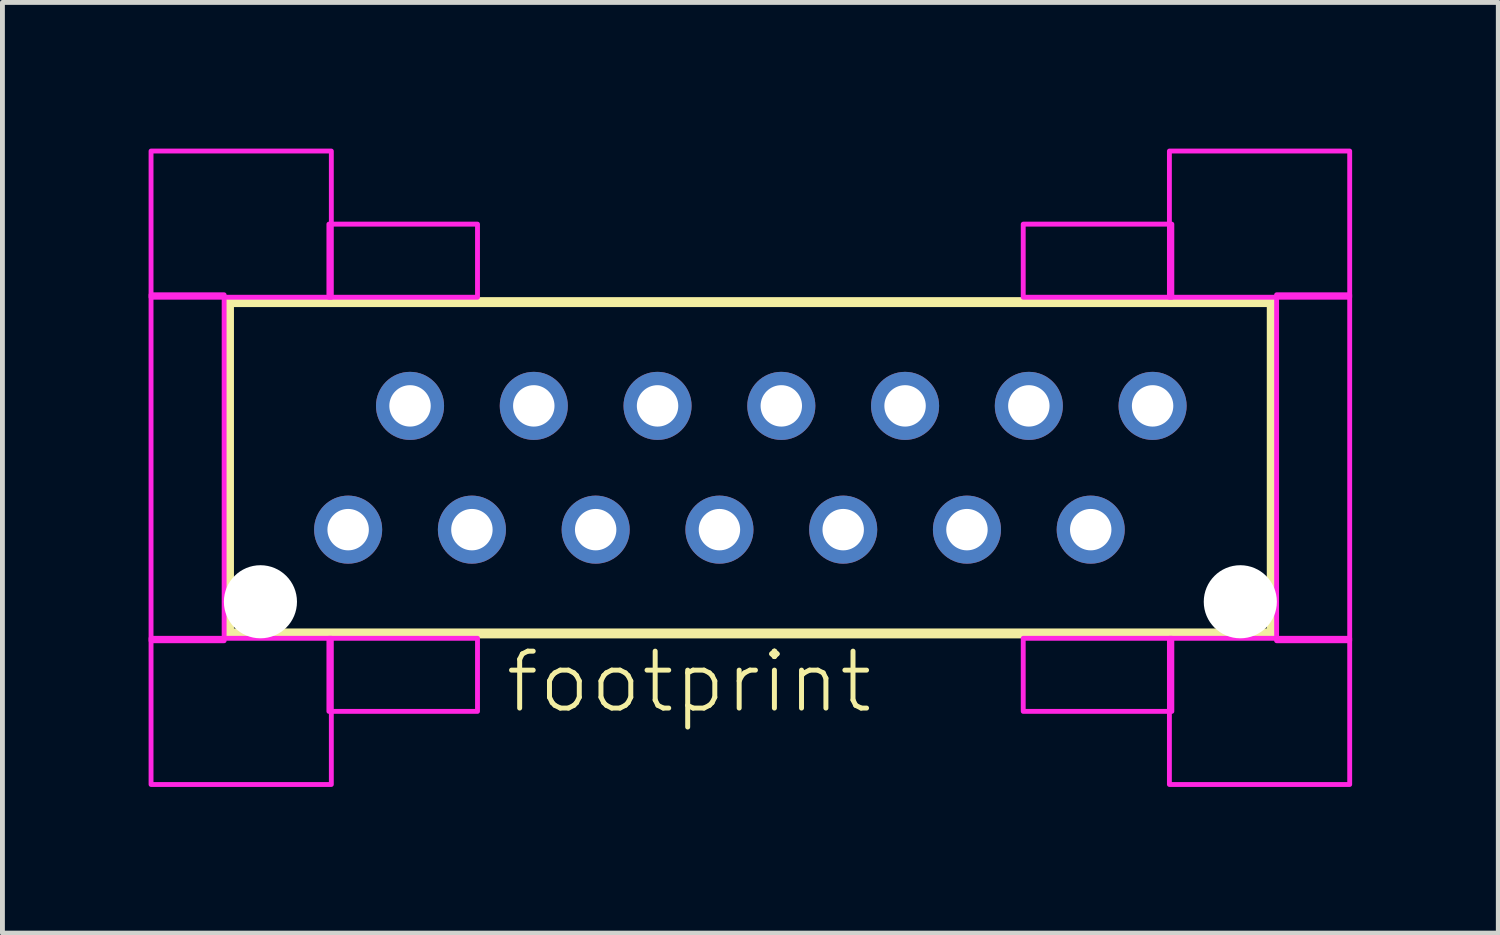
<source format=kicad_pcb>
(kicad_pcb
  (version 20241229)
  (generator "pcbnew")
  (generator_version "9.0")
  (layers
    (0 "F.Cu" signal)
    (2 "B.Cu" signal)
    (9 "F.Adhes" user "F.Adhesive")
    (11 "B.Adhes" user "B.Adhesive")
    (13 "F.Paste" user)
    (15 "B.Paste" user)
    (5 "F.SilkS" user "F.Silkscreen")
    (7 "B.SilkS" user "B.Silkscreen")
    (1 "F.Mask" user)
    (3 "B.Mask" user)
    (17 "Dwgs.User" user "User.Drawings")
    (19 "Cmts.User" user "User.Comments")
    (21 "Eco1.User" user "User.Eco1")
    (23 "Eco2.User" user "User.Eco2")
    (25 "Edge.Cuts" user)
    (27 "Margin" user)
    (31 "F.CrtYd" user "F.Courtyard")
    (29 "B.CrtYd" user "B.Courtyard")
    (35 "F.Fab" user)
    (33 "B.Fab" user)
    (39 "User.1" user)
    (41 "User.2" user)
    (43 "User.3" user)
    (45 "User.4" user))
  (footprint "footprint"
    (layer "F.Cu")
    (at 12.35 6.55)
    (property "Reference" "footprint" (at -5.08 5.08 0) (layer "F.SilkS") (effects (font (size 1.168 1.168) (thickness 0.102)) (justify left bottom)))
    (fp_line (start -10.7 -3.4) (end 10.7 -3.4) (stroke (width 0.203) (type solid)) (layer "F.SilkS"))
    (fp_line (start -10.7 3.4) (end -10.7 -3.4) (stroke (width 0.203) (type solid)) (layer "F.SilkS"))
    (fp_line (start 10.7 -3.4) (end 10.7 3.4) (stroke (width 0.203) (type solid)) (layer "F.SilkS"))
    (fp_line (start 10.7 3.4) (end -10.7 3.4) (stroke (width 0.203) (type solid)) (layer "F.SilkS"))
    (fp_poly (pts (xy -12.3 -3.5) (xy -8.6 -3.5) (xy -8.6 -6.5) (xy -12.3 -6.5)) (stroke (width 0.1) (type solid)) (fill no) (layer "F.CrtYd"))
    (fp_poly (pts (xy -12.3 3.55) (xy -10.8 3.55) (xy -10.8 -3.55) (xy -12.3 -3.55)) (stroke (width 0.1) (type solid)) (fill no) (layer "F.CrtYd"))
    (fp_poly (pts (xy -12.3 6.5) (xy -8.6 6.5) (xy -8.6 3.5) (xy -12.3 3.5)) (stroke (width 0.1) (type solid)) (fill no) (layer "F.CrtYd"))
    (fp_poly (pts (xy -8.65 -3.5) (xy -5.6 -3.5) (xy -5.6 -5) (xy -8.65 -5)) (stroke (width 0.1) (type solid)) (fill no) (layer "F.CrtYd"))
    (fp_poly (pts (xy -8.65 5) (xy -5.6 5) (xy -5.6 3.5) (xy -8.65 3.5)) (stroke (width 0.1) (type solid)) (fill no) (layer "F.CrtYd"))
    (fp_poly (pts (xy 5.6 -3.5) (xy 8.65 -3.5) (xy 8.65 -5) (xy 5.6 -5)) (stroke (width 0.1) (type solid)) (fill no) (layer "F.CrtYd"))
    (fp_poly (pts (xy 5.6 5) (xy 8.65 5) (xy 8.65 3.5) (xy 5.6 3.5)) (stroke (width 0.1) (type solid)) (fill no) (layer "F.CrtYd"))
    (fp_poly (pts (xy 8.6 -3.5) (xy 12.3 -3.5) (xy 12.3 -6.5) (xy 8.6 -6.5)) (stroke (width 0.1) (type solid)) (fill no) (layer "F.CrtYd"))
    (fp_poly (pts (xy 8.6 6.5) (xy 12.3 6.5) (xy 12.3 3.5) (xy 8.6 3.5)) (stroke (width 0.1) (type solid)) (fill no) (layer "F.CrtYd"))
    (fp_poly (pts (xy 10.8 3.55) (xy 12.3 3.55) (xy 12.3 -3.55) (xy 10.8 -3.55)) (stroke (width 0.1) (type solid)) (fill no) (layer "F.CrtYd"))
    (pad "" np_thru_hole circle (at -10.055 2.75) (size 1.5 1.5) (drill 1.5) (layers "*.Cu" "*.Mask"))
    (pad "" np_thru_hole circle (at 10.055 2.75) (size 1.5 1.5) (drill 1.5) (layers "*.Cu" "*.Mask"))
    (pad "1" thru_hole circle (at -8.255 1.27) (size 1.397 1.397) (drill 0.85) (layers "*.Cu" "*.Mask"))
    (pad "2" thru_hole circle (at -6.985 -1.27) (size 1.397 1.397) (drill 0.85) (layers "*.Cu" "*.Mask"))
    (pad "3" thru_hole circle (at -5.715 1.27) (size 1.397 1.397) (drill 0.85) (layers "*.Cu" "*.Mask"))
    (pad "4" thru_hole circle (at -4.445 -1.27) (size 1.397 1.397) (drill 0.85) (layers "*.Cu" "*.Mask"))
    (pad "5" thru_hole circle (at -3.175 1.27) (size 1.397 1.397) (drill 0.85) (layers "*.Cu" "*.Mask"))
    (pad "6" thru_hole circle (at -1.905 -1.27) (size 1.397 1.397) (drill 0.85) (layers "*.Cu" "*.Mask"))
    (pad "7" thru_hole circle (at -0.635 1.27) (size 1.397 1.397) (drill 0.85) (layers "*.Cu" "*.Mask"))
    (pad "8" thru_hole circle (at 0.635 -1.27) (size 1.397 1.397) (drill 0.85) (layers "*.Cu" "*.Mask"))
    (pad "9" thru_hole circle (at 1.905 1.27) (size 1.397 1.397) (drill 0.85) (layers "*.Cu" "*.Mask"))
    (pad "10" thru_hole circle (at 3.175 -1.27) (size 1.397 1.397) (drill 0.85) (layers "*.Cu" "*.Mask"))
    (pad "11" thru_hole circle (at 4.445 1.27) (size 1.397 1.397) (drill 0.85) (layers "*.Cu" "*.Mask"))
    (pad "12" thru_hole circle (at 5.715 -1.27) (size 1.397 1.397) (drill 0.85) (layers "*.Cu" "*.Mask"))
    (pad "13" thru_hole circle (at 6.985 1.27) (size 1.397 1.397) (drill 0.85) (layers "*.Cu" "*.Mask"))
    (pad "14" thru_hole circle (at 8.255 -1.27) (size 1.397 1.397) (drill 0.85) (layers "*.Cu" "*.Mask")))
  (gr_rect
    (start -3 -3)
    (end 27.7 16.1)
    (stroke (width 0.1) (type default))
    (fill no)
    (layer "Edge.Cuts")))
</source>
